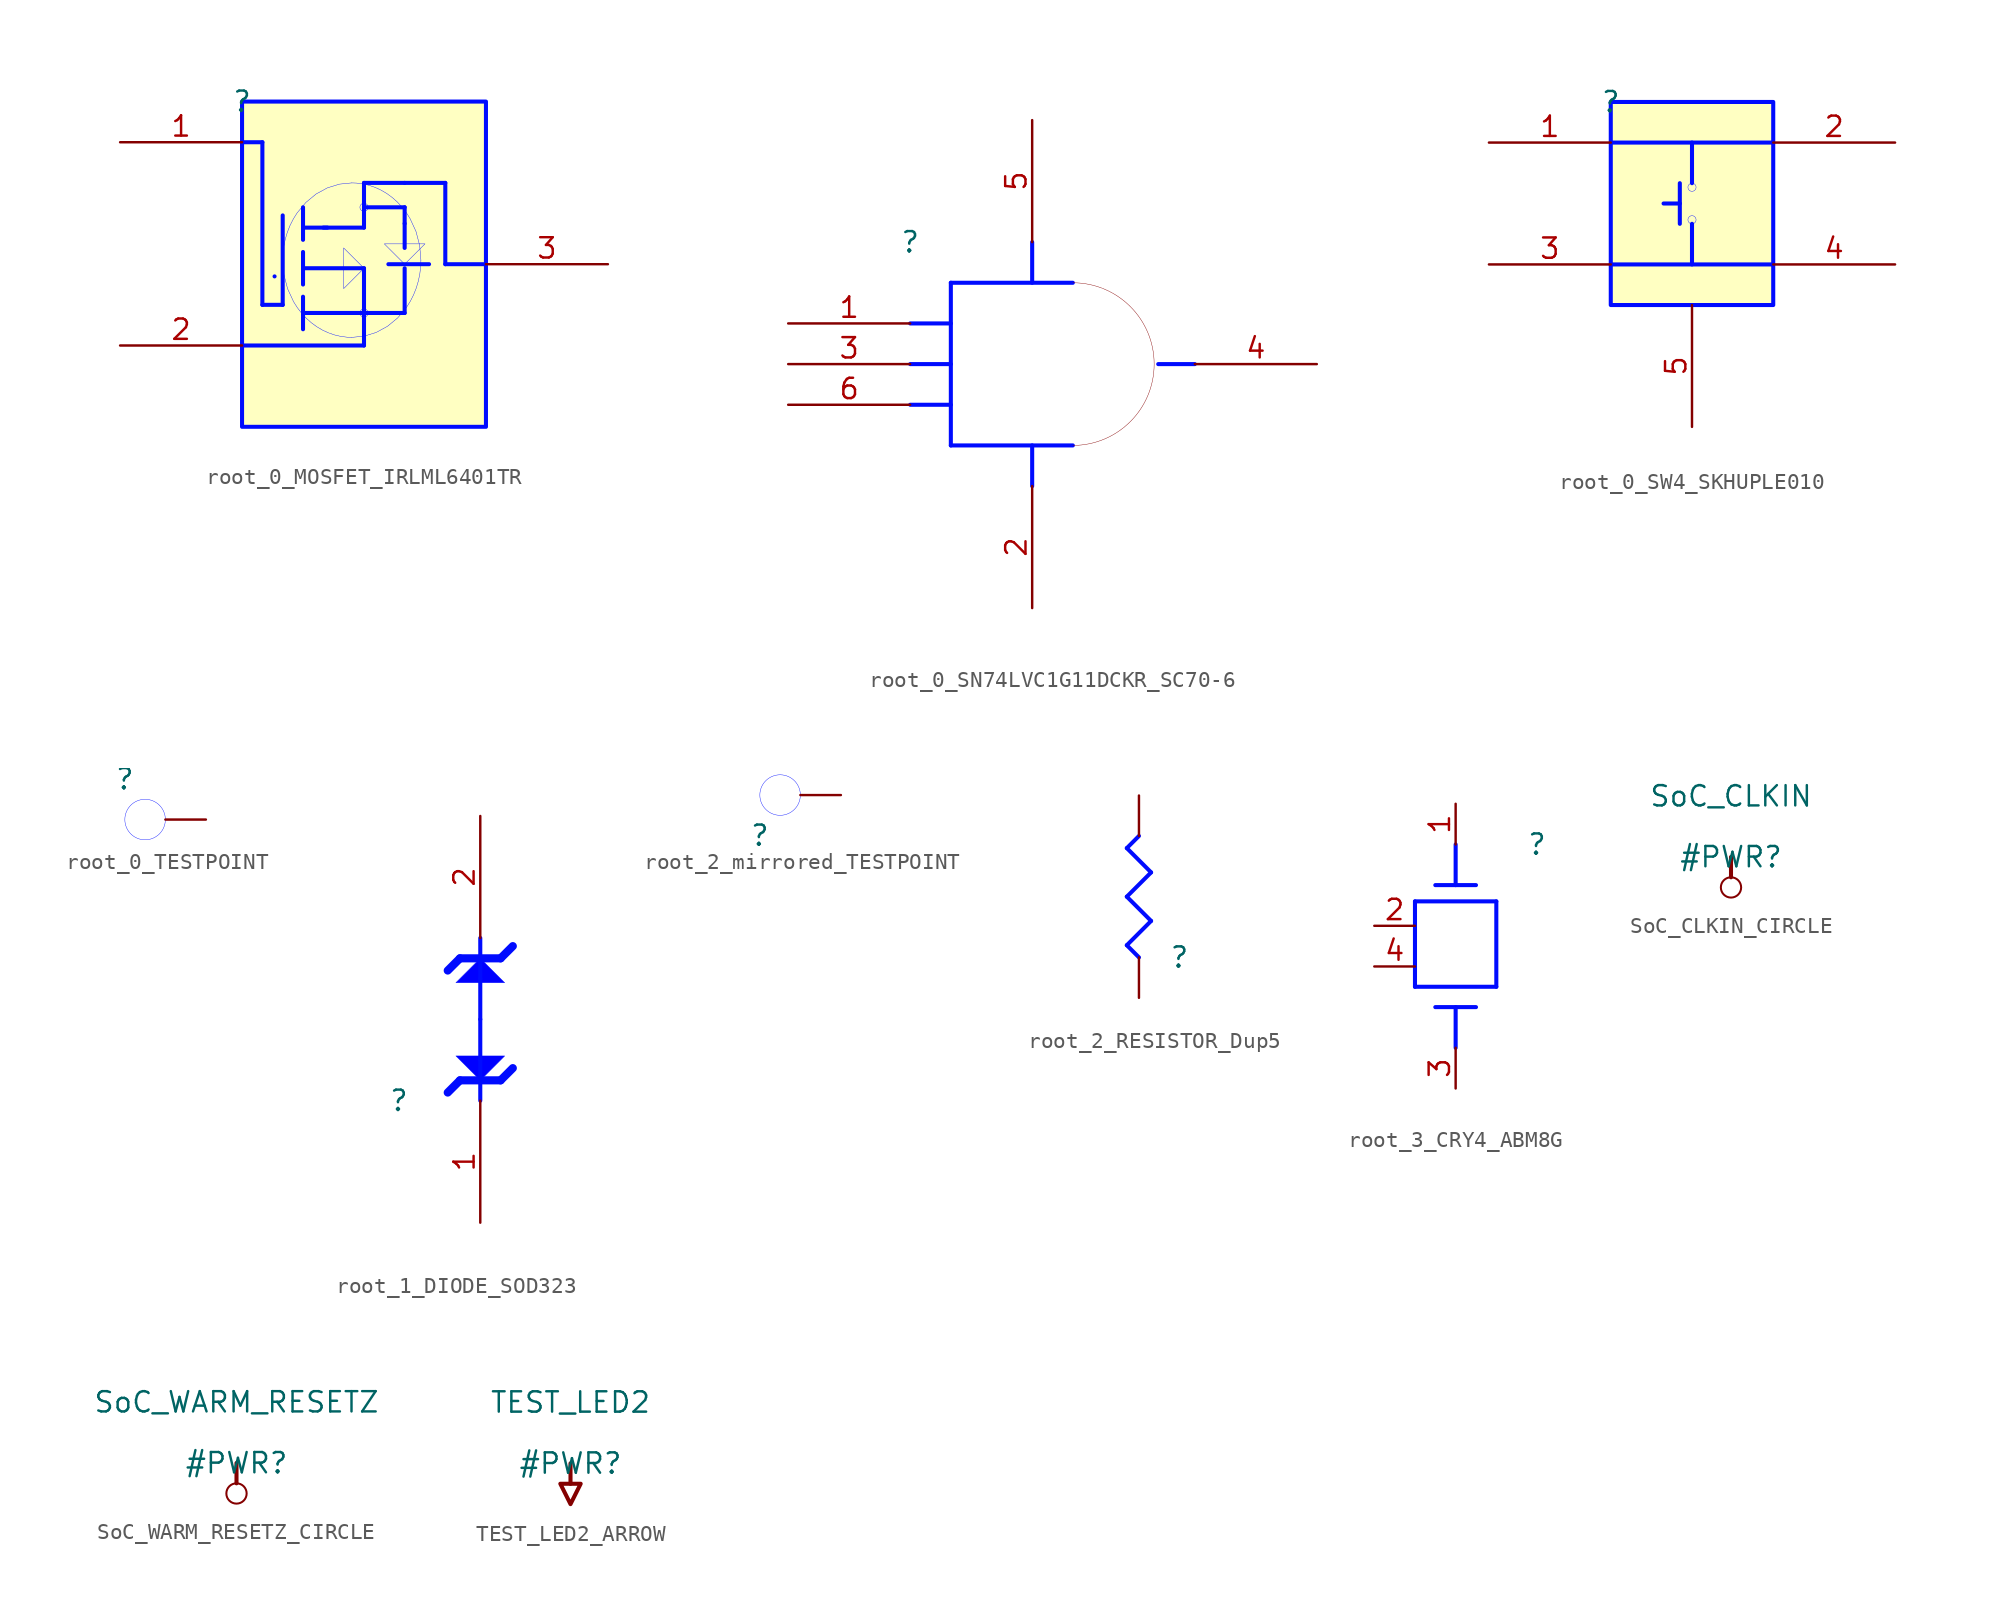
<source format=kicad_sym>
(kicad_symbol_lib
  (version 20231120)
  (generator "kicad_symbol_editor")
  (generator_version "8.0")
  (symbol "root_0_MOSFET_IRLML6401TR"
    (property "Reference" ""
      (at 0 0 0)
      (effects (font (size 1.27 1.27))))
    (property "Value" ""
      (at 0 0 0)
      (effects (font (size 1.27 1.27))))
    (symbol "root_0_MOSFET_IRLML6401TR_1_0"
      (polyline (pts (xy 0 -15.24) (xy 7.62 -15.24)) (stroke (width 0.254) (type solid) (color 0 11 255 1)) (fill (type none)))
      (polyline (pts (xy 1.27 -12.7) (xy 1.27 -2.54)) (stroke (width 0.254) (type solid) (color 0 11 255 1)) (fill (type none)))
      (polyline (pts (xy 1.27 -2.54) (xy 0 -2.54)) (stroke (width 0.254) (type solid) (color 0 11 255 1)) (fill (type none)))
      (polyline (pts (xy 2.032 -10.922) (xy 2.032 -10.922)) (stroke (width 0.254) (type solid) (color 0 11 255 1)) (fill (type none)))
      (polyline (pts (xy 2.54 -12.7) (xy 1.27 -12.7)) (stroke (width 0.254) (type solid) (color 0 11 255 1)) (fill (type none)))
      (polyline (pts (xy 2.54 -7.112) (xy 2.54 -12.7)) (stroke (width 0.254) (type solid) (color 0 11 255 1)) (fill (type none)))
      (polyline (pts (xy 3.81 -14.224) (xy 3.81 -12.192)) (stroke (width 0.254) (type solid) (color 0 11 255 1)) (fill (type none)))
      (polyline (pts (xy 3.81 -13.208) (xy 10.16 -13.208)) (stroke (width 0.254) (type solid) (color 0 11 255 1)) (fill (type none)))
      (polyline (pts (xy 3.81 -11.43) (xy 3.81 -9.398)) (stroke (width 0.254) (type solid) (color 0 11 255 1)) (fill (type none)))
      (polyline (pts (xy 3.81 -10.414) (xy 7.62 -10.414)) (stroke (width 0.254) (type solid) (color 0 11 255 1)) (fill (type none)))
      (polyline (pts (xy 3.81 -8.636) (xy 3.81 -6.604)) (stroke (width 0.254) (type solid) (color 0 11 255 1)) (fill (type none)))
      (polyline (pts (xy 3.81 -7.874) (xy 5.334 -7.874)) (stroke (width 0.254) (type solid) (color 0 11 255 1)) (fill (type none)))
      (polyline (pts (xy 5.08 -7.874) (xy 7.62 -7.874)) (stroke (width 0.254) (type solid) (color 0 11 255 1)) (fill (type none)))
      (polyline (pts (xy 7.62 -15.24) (xy 7.62 -10.414)) (stroke (width 0.254) (type solid) (color 0 11 255 1)) (fill (type none)))
      (polyline (pts (xy 7.62 -6.604) (xy 10.16 -6.604)) (stroke (width 0.254) (type solid) (color 0 11 255 1)) (fill (type none)))
      (polyline (pts (xy 7.62 -5.08) (xy 7.62 -7.874)) (stroke (width 0.254) (type solid) (color 0 11 255 1)) (fill (type none)))
      (polyline (pts (xy 7.62 -5.08) (xy 10.16 -5.08)) (stroke (width 0.254) (type solid) (color 0 11 255 1)) (fill (type none)))
      (polyline (pts (xy 9.144 -10.16) (xy 11.684 -10.16)) (stroke (width 0.254) (type solid) (color 0 11 255 1)) (fill (type none)))
      (polyline (pts (xy 10.16 -13.208) (xy 10.16 -10.414)) (stroke (width 0.254) (type solid) (color 0 11 255 1)) (fill (type none)))
      (polyline (pts (xy 10.16 -9.144) (xy 10.16 -7.62)) (stroke (width 0.254) (type solid) (color 0 11 255 1)) (fill (type none)))
      (polyline (pts (xy 10.16 -6.604) (xy 10.16 -7.62)) (stroke (width 0.254) (type solid) (color 0 11 255 1)) (fill (type none)))
      (polyline (pts (xy 10.16 -5.08) (xy 12.7 -5.08)) (stroke (width 0.254) (type solid) (color 0 11 255 1)) (fill (type none)))
      (polyline (pts (xy 12.7 -10.16) (xy 15.24 -10.16)) (stroke (width 0.254) (type solid) (color 0 11 255 1)) (fill (type none)))
      (polyline (pts (xy 12.7 -5.08) (xy 12.7 -10.16)) (stroke (width 0.254) (type solid) (color 0 11 255 1)) (fill (type none)))
      (polyline (pts (xy 7.62 -10.414) (xy 6.35 -11.684) (xy 6.35 -9.144) (xy 7.62 -10.414) (xy 7.62 -10.414)) (stroke (width 0.025) (type solid) (color 0 11 255 1)) (fill (type color) (color 0 0 255 1)))
      (polyline (pts (xy 11.43 -8.89) (xy 8.89 -8.89) (xy 10.16 -10.16) (xy 11.43 -8.89) (xy 11.43 -8.89)) (stroke (width 0.025) (type solid) (color 0 11 255 1)) (fill (type color) (color 0 0 255 1)))
      (bezier (pts (xy 2.54 -9.906) (xy 2.54 -12.571) (xy 4.473 -14.732) (xy 6.858 -14.732)) (stroke (width 0.025) (type solid) (color 0 11 255 1)) (fill (type none)))
      (bezier (pts (xy 6.858 -14.732) (xy 9.243 -14.732) (xy 11.176 -12.571) (xy 11.176 -9.906)) (stroke (width 0.025) (type solid) (color 0 11 255 1)) (fill (type none)))
      (bezier (pts (xy 6.858 -5.08) (xy 4.473 -5.08) (xy 2.54 -7.241) (xy 2.54 -9.906)) (stroke (width 0.025) (type solid) (color 0 11 255 1)) (fill (type none)))
      (circle (center 7.62 -13.208) (radius 0.254) (stroke (width 0.025) (type solid) (color 0 11 255 1)) (fill (type color) (color 0 0 255 1)))
      (circle (center 7.62 -6.604) (radius 0.254) (stroke (width 0.025) (type solid) (color 0 11 255 1)) (fill (type color) (color 0 0 255 1)))
      (bezier (pts (xy 11.176 -9.906) (xy 11.176 -7.241) (xy 9.243 -5.08) (xy 6.858 -5.08)) (stroke (width 0.025) (type solid) (color 0 11 255 1)) (fill (type none)))
      (rectangle (start 15.24 0) (end 0 -20.32) (stroke (width 0.254) (type solid) (color 0 11 255 1)) (fill (type background)))
      (pin passive line (at -7.62 -2.54 0) (length 7.62) (name "G" (effects (font (size 0 0)))) (number "1" (effects (font (size 1.27 1.27)))))
      (pin passive line (at -7.62 -15.24 0) (length 7.62) (name "S" (effects (font (size 0 0)))) (number "2" (effects (font (size 1.27 1.27)))))
      (pin passive line (at 22.86 -10.16 180) (length 7.62) (name "D" (effects (font (size 0 0)))) (number "3" (effects (font (size 1.27 1.27)))))))
  (symbol "root_0_SN74LVC1G11DCKR_SC70-6"
    (property "Reference" ""
      (at 0 0 0)
      (effects (font (size 1.27 1.27))))
    (property "Value" ""
      (at 0 0 0)
      (effects (font (size 1.27 1.27))))
    (symbol "root_0_SN74LVC1G11DCKR_SC70-6_1_0"
      (polyline (pts (xy 0 -10.16) (xy 2.54 -10.16)) (stroke (width 0.254) (type solid) (color 0 11 255 1)) (fill (type none)))
      (polyline (pts (xy 0 -7.62) (xy 2.54 -7.62)) (stroke (width 0.254) (type solid) (color 0 11 255 1)) (fill (type none)))
      (polyline (pts (xy 0 -5.08) (xy 2.54 -5.08)) (stroke (width 0.254) (type solid) (color 0 11 255 1)) (fill (type none)))
      (polyline (pts (xy 2.54 -12.7) (xy 10.16 -12.7)) (stroke (width 0.254) (type solid) (color 0 11 255 1)) (fill (type none)))
      (polyline (pts (xy 2.54 -2.54) (xy 2.54 -12.7)) (stroke (width 0.254) (type solid) (color 0 11 255 1)) (fill (type none)))
      (polyline (pts (xy 2.54 -2.54) (xy 10.16 -2.54)) (stroke (width 0.254) (type solid) (color 0 11 255 1)) (fill (type none)))
      (polyline (pts (xy 7.62 -15.24) (xy 7.62 -12.7)) (stroke (width 0.254) (type solid) (color 0 11 255 1)) (fill (type none)))
      (polyline (pts (xy 7.62 -2.54) (xy 7.62 0)) (stroke (width 0.254) (type solid) (color 0 11 255 1)) (fill (type none)))
      (polyline (pts (xy 15.494 -7.62) (xy 17.78 -7.62)) (stroke (width 0.254) (type solid) (color 0 11 255 1)) (fill (type none)))
      (arc (start 10.16 -12.7) (mid 15.24 -7.62) (end 10.16 -2.54) (stroke (width 0.0254) (type solid)) (fill (type none)))
      (pin input line (at -7.62 -5.08 0) (length 7.62) (name "A" (effects (font (size 0 0)))) (number "1" (effects (font (size 1.27 1.27)))))
      (pin power_in line (at 7.62 -22.86 90) (length 7.62) (name "GND" (effects (font (size 0 0)))) (number "2" (effects (font (size 1.27 1.27)))))
      (pin input line (at -7.62 -7.62 0) (length 7.62) (name "B" (effects (font (size 0 0)))) (number "3" (effects (font (size 1.27 1.27)))))
      (pin output line (at 25.4 -7.62 180) (length 7.62) (name "Y" (effects (font (size 0 0)))) (number "4" (effects (font (size 1.27 1.27)))))
      (pin power_in line (at 7.62 7.62 270) (length 7.62) (name "VCC" (effects (font (size 0 0)))) (number "5" (effects (font (size 1.27 1.27)))))
      (pin input line (at -7.62 -10.16 0) (length 7.62) (name "C" (effects (font (size 0 0)))) (number "6" (effects (font (size 1.27 1.27)))))))
  (symbol "root_0_SW4_SKHUPLE010"
    (property "Reference" ""
      (at 0 0 0)
      (effects (font (size 1.27 1.27))))
    (property "Value" ""
      (at 0 0 0)
      (effects (font (size 1.27 1.27))))
    (symbol "root_0_SW4_SKHUPLE010_1_0"
      (polyline (pts (xy 0 -10.16) (xy 10.16 -10.16)) (stroke (width 0.254) (type solid) (color 0 11 255 1)) (fill (type none)))
      (polyline (pts (xy 0 -2.54) (xy 10.16 -2.54)) (stroke (width 0.254) (type solid) (color 0 11 255 1)) (fill (type none)))
      (polyline (pts (xy 4.318 -6.35) (xy 3.302 -6.35)) (stroke (width 0.254) (type solid) (color 0 11 255 1)) (fill (type none)))
      (polyline (pts (xy 4.318 -5.08) (xy 4.318 -7.62)) (stroke (width 0.254) (type solid) (color 0 11 255 1)) (fill (type none)))
      (polyline (pts (xy 5.08 -7.62) (xy 5.08 -10.16)) (stroke (width 0.254) (type solid) (color 0 11 255 1)) (fill (type none)))
      (polyline (pts (xy 5.08 -2.54) (xy 5.08 -5.08)) (stroke (width 0.254) (type solid) (color 0 11 255 1)) (fill (type none)))
      (circle (center 5.08 -7.366) (radius 0.254) (stroke (width 0.025) (type solid) (color 0 11 255 1)) (fill (type none)))
      (circle (center 5.08 -5.334) (radius 0.254) (stroke (width 0.025) (type solid) (color 0 11 255 1)) (fill (type none)))
      (rectangle (start 10.16 0) (end 0 -12.7) (stroke (width 0.254) (type solid) (color 0 11 255 1)) (fill (type background)))
      (pin passive line (at -7.62 -2.54 0) (length 7.62) (name "1" (effects (font (size 0 0)))) (number "1" (effects (font (size 1.27 1.27)))))
      (pin passive line (at 17.78 -2.54 180) (length 7.62) (name "2" (effects (font (size 0 0)))) (number "2" (effects (font (size 1.27 1.27)))))
      (pin passive line (at -7.62 -10.16 0) (length 7.62) (name "3" (effects (font (size 0 0)))) (number "3" (effects (font (size 1.27 1.27)))))
      (pin passive line (at 17.78 -10.16 180) (length 7.62) (name "4" (effects (font (size 0 0)))) (number "4" (effects (font (size 1.27 1.27)))))
      (pin power_in line (at 5.08 -20.32 90) (length 7.62) (name "GND" (effects (font (size 0 0)))) (number "5" (effects (font (size 1.27 1.27)))))))
  (symbol "root_0_TESTPOINT"
    (property "Reference" ""
      (at 0 0 0)
      (effects (font (size 1.27 1.27))))
    (property "Value" ""
      (at 0 0 0)
      (effects (font (size 1.27 1.27))))
    (symbol "root_0_TESTPOINT_1_0"
      (circle (center 1.27 -2.54) (radius 1.27) (stroke (width 0.025) (type solid) (color 0 11 255 1)) (fill (type none)))
      (pin passive line (at 5.08 -2.54 180) (length 2.54) (name "TP" (effects (font (size 0 0)))) (number "1" (effects (font (size 0 0)))))))
  (symbol "root_1_DIODE_SOD323"
    (property "Reference" ""
      (at 0 0 0)
      (effects (font (size 1.27 1.27))))
    (property "Value" ""
      (at 0 0 0)
      (effects (font (size 1.27 1.27))))
    (symbol "root_1_DIODE_SOD323_1_0"
      (polyline (pts (xy 5.08 2.54) (xy 5.08 0)) (stroke (width 0.254) (type solid) (color 0 11 255 1)) (fill (type none)))
      (polyline (pts (xy 5.08 5.08) (xy 5.08 2.54)) (stroke (width 0.254) (type solid) (color 0 11 255 1)) (fill (type none)))
      (polyline (pts (xy 5.08 5.08) (xy 5.08 7.62)) (stroke (width 0.254) (type solid) (color 0 11 255 1)) (fill (type none)))
      (polyline (pts (xy 5.08 7.62) (xy 5.08 10.16)) (stroke (width 0.254) (type solid) (color 0 11 255 1)) (fill (type none)))
      (polyline (pts (xy 3.048 8.128) (xy 3.048 8.128) (xy 3.81 8.89)) (stroke (width 0.508) (type solid) (color 0 11 255 1)) (fill (type none)))
      (polyline (pts (xy 3.81 1.27) (xy 3.81 1.27) (xy 3.048 0.508)) (stroke (width 0.508) (type solid) (color 0 11 255 1)) (fill (type none)))
      (polyline (pts (xy 3.81 8.89) (xy 3.81 8.89) (xy 6.35 8.89)) (stroke (width 0.508) (type solid) (color 0 11 255 1)) (fill (type none)))
      (polyline (pts (xy 6.35 1.27) (xy 6.35 1.27) (xy 3.81 1.27)) (stroke (width 0.508) (type solid) (color 0 11 255 1)) (fill (type none)))
      (polyline (pts (xy 6.35 8.89) (xy 6.35 8.89) (xy 7.112 9.652)) (stroke (width 0.508) (type solid) (color 0 11 255 1)) (fill (type none)))
      (polyline (pts (xy 7.112 2.032) (xy 7.112 2.032) (xy 6.35 1.27)) (stroke (width 0.508) (type solid) (color 0 11 255 1)) (fill (type none)))
      (polyline (pts (xy 5.08 1.27) (xy 5.08 1.27) (xy 6.604 2.794) (xy 3.81 2.794) (xy 3.556 2.794) (xy 5.08 1.27) (xy 5.08 1.27)) (stroke (width 0.025) (type solid) (color 0 11 255 1)) (fill (type color) (color 0 0 255 1)))
      (polyline (pts (xy 5.08 8.89) (xy 5.08 8.89) (xy 3.556 7.366) (xy 6.35 7.366) (xy 6.604 7.366) (xy 5.08 8.89) (xy 5.08 8.89)) (stroke (width 0.025) (type solid) (color 0 11 255 1)) (fill (type color) (color 0 0 255 1)))
      (pin passive line (at 5.08 -7.62 90) (length 7.62) (name "1" (effects (font (size 0 0)))) (number "1" (effects (font (size 1.27 1.27)))))
      (pin passive line (at 5.08 17.78 270) (length 7.62) (name "2" (effects (font (size 0 0)))) (number "2" (effects (font (size 1.27 1.27)))))))
  (symbol "root_2_mirrored_TESTPOINT"
    (property "Reference" ""
      (at 0 0 0)
      (effects (font (size 1.27 1.27))))
    (property "Value" ""
      (at 0 0 0)
      (effects (font (size 1.27 1.27))))
    (symbol "root_2_mirrored_TESTPOINT_1_0"
      (circle (center 1.27 2.54) (radius 1.27) (stroke (width 0.025) (type solid) (color 0 11 255 1)) (fill (type none)))
      (pin passive line (at 5.08 2.54 180) (length 2.54) (name "TP" (effects (font (size 0 0)))) (number "1" (effects (font (size 0 0)))))))
  (symbol "root_2_RESISTOR_Dup5"
    (property "Reference" ""
      (at 0 0 0)
      (effects (font (size 1.27 1.27))))
    (property "Value" ""
      (at 0 0 0)
      (effects (font (size 1.27 1.27))))
    (symbol "root_2_RESISTOR_Dup5_1_0"
      (polyline (pts (xy -3.302 0.762) (xy -1.778 2.286)) (stroke (width 0.254) (type solid) (color 0 11 255 1)) (fill (type none)))
      (polyline (pts (xy -3.302 3.81) (xy -1.778 5.334)) (stroke (width 0.254) (type solid) (color 0 11 255 1)) (fill (type none)))
      (polyline (pts (xy -3.302 6.858) (xy -2.54 7.62)) (stroke (width 0.254) (type solid) (color 0 11 255 1)) (fill (type none)))
      (polyline (pts (xy -2.54 0) (xy -3.302 0.762)) (stroke (width 0.254) (type solid) (color 0 11 255 1)) (fill (type none)))
      (polyline (pts (xy -1.778 2.286) (xy -3.302 3.81)) (stroke (width 0.254) (type solid) (color 0 11 255 1)) (fill (type none)))
      (polyline (pts (xy -1.778 5.334) (xy -3.302 6.858)) (stroke (width 0.254) (type solid) (color 0 11 255 1)) (fill (type none)))
      (pin passive line (at -2.54 -2.54 90) (length 2.54) (name "1" (effects (font (size 0 0)))) (number "1" (effects (font (size 0 0)))))
      (pin passive line (at -2.54 10.16 270) (length 2.54) (name "2" (effects (font (size 0 0)))) (number "2" (effects (font (size 0 0)))))))
  (symbol "root_3_CRY4_ABM8G"
    (property "Reference" ""
      (at 0 0 0)
      (effects (font (size 1.27 1.27))))
    (property "Value" ""
      (at 0 0 0)
      (effects (font (size 1.27 1.27))))
    (symbol "root_3_CRY4_ABM8G_1_0"
      (polyline (pts (xy -7.62 -8.89) (xy -2.54 -8.89)) (stroke (width 0.254) (type solid) (color 0 11 255 1)) (fill (type none)))
      (polyline (pts (xy -7.62 -3.556) (xy -7.62 -8.89)) (stroke (width 0.254) (type solid) (color 0 11 255 1)) (fill (type none)))
      (polyline (pts (xy -5.08 -10.16) (xy -5.08 -12.7)) (stroke (width 0.254) (type solid) (color 0 11 255 1)) (fill (type none)))
      (polyline (pts (xy -5.08 0) (xy -5.08 -2.54)) (stroke (width 0.254) (type solid) (color 0 11 255 1)) (fill (type none)))
      (polyline (pts (xy -3.81 -10.16) (xy -6.35 -10.16)) (stroke (width 0.254) (type solid) (color 0 11 255 1)) (fill (type none)))
      (polyline (pts (xy -3.81 -2.54) (xy -6.35 -2.54)) (stroke (width 0.254) (type solid) (color 0 11 255 1)) (fill (type none)))
      (polyline (pts (xy -2.54 -8.89) (xy -2.54 -3.556)) (stroke (width 0.254) (type solid) (color 0 11 255 1)) (fill (type none)))
      (polyline (pts (xy -2.54 -3.556) (xy -7.62 -3.556)) (stroke (width 0.254) (type solid) (color 0 11 255 1)) (fill (type none)))
      (pin passive line (at -5.08 2.54 270) (length 2.54) (name "1" (effects (font (size 0 0)))) (number "1" (effects (font (size 1.27 1.27)))))
      (pin power_in line (at -10.16 -5.08 0) (length 2.54) (name "GND1" (effects (font (size 0 0)))) (number "2" (effects (font (size 1.27 1.27)))))
      (pin passive line (at -5.08 -15.24 90) (length 2.54) (name "3" (effects (font (size 0 0)))) (number "3" (effects (font (size 1.27 1.27)))))
      (pin power_in line (at -10.16 -7.62 0) (length 2.54) (name "GND2" (effects (font (size 0 0)))) (number "4" (effects (font (size 1.27 1.27)))))))
  (symbol "SoC_CLKIN_CIRCLE"
    (power)
    (property "Reference" "#PWR"
      (at 0 0 0)
      (effects (font (size 1.27 1.27))))
    (property "Value" "SoC_CLKIN"
      (at 0 3.81 0)
      (effects (font (size 1.27 1.27))))
    (symbol "SoC_CLKIN_CIRCLE_0_0"
      (circle (center 0 -1.905) (radius 0.635) (stroke (width 0.127) (type solid)) (fill (type none)))
      (polyline (pts (xy 0 0) (xy 0 -1.27)) (stroke (width 0.254) (type solid)) (fill (type none)))
      (pin power_in line (at 0 0 0) (length 0) hide (name "SoC_CLKIN" (effects (font (size 1.27 1.27)))) (number "" (effects (font (size 1.27 1.27)))))))
  (symbol "SoC_WARM_RESETZ_CIRCLE"
    (power)
    (property "Reference" "#PWR"
      (at 0 0 0)
      (effects (font (size 1.27 1.27))))
    (property "Value" "SoC_WARM_RESETZ"
      (at 0 3.81 0)
      (effects (font (size 1.27 1.27))))
    (symbol "SoC_WARM_RESETZ_CIRCLE_0_0"
      (circle (center 0 -1.905) (radius 0.635) (stroke (width 0.127) (type solid)) (fill (type none)))
      (polyline (pts (xy 0 0) (xy 0 -1.27)) (stroke (width 0.254) (type solid)) (fill (type none)))
      (pin power_in line (at 0 0 0) (length 0) hide (name "SoC_WARM_RESETZ" (effects (font (size 1.27 1.27)))) (number "" (effects (font (size 1.27 1.27)))))))
  (symbol "TEST_LED2_ARROW"
    (power)
    (property "Reference" "#PWR"
      (at 0 0 0)
      (effects (font (size 1.27 1.27))))
    (property "Value" "TEST_LED2"
      (at 0 3.81 0)
      (effects (font (size 1.27 1.27))))
    (symbol "TEST_LED2_ARROW_0_0"
      (polyline (pts (xy 0 0) (xy 0 -1.27)) (stroke (width 0.254) (type solid)) (fill (type none)))
      (polyline (pts (xy -0.635 -1.27) (xy 0.635 -1.27) (xy 0 -2.54) (xy -0.635 -1.27)) (stroke (width 0.254) (type solid)) (fill (type none)))
      (pin power_in line (at 0 0 0) (length 0) hide (name "TEST_LED2" (effects (font (size 1.27 1.27)))) (number "" (effects (font (size 1.27 1.27))))))))
</source>
